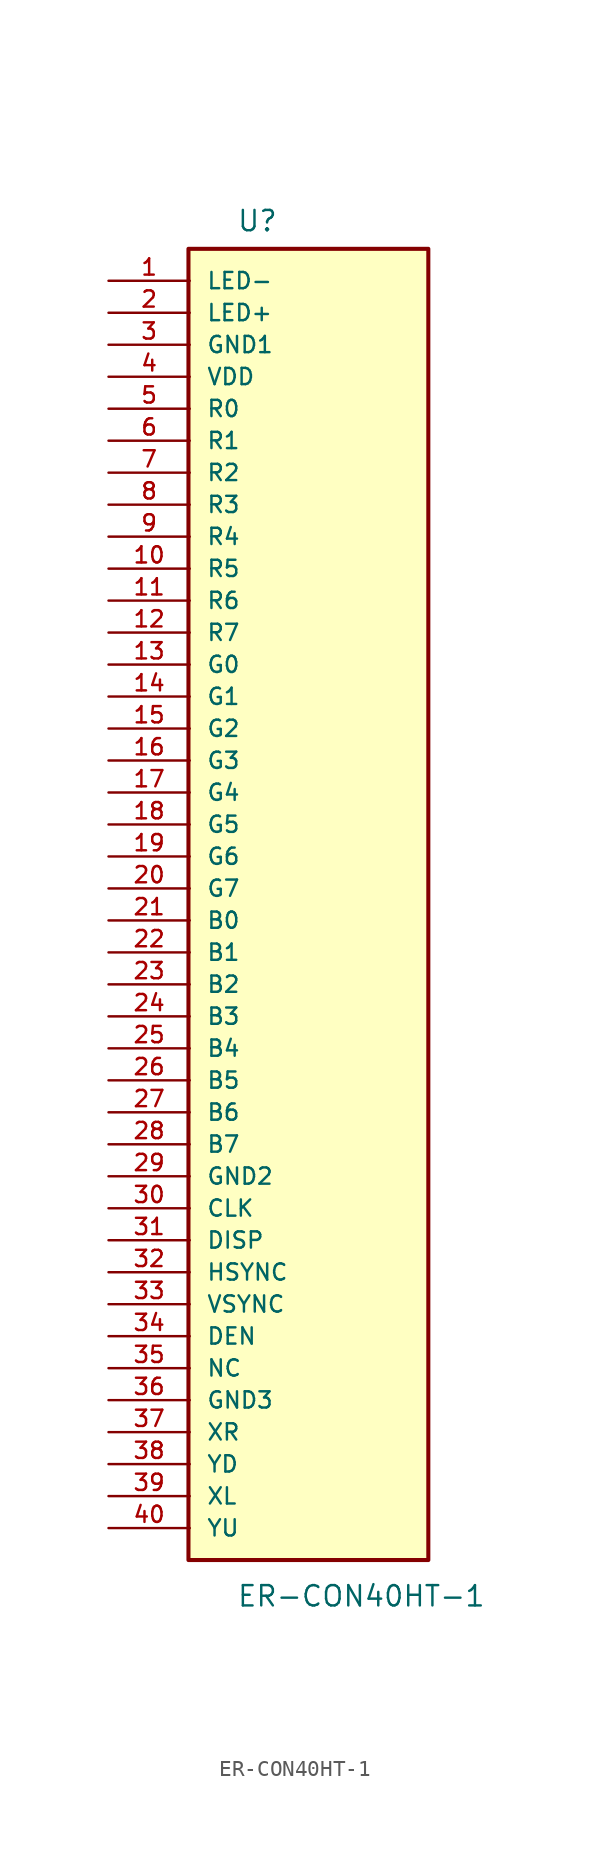
<source format=kicad_sym>
(kicad_symbol_lib
  (version 20211014)
  (generator kicad_symbol_editor)
  (symbol "ER-CON40HT-1"
    (pin_names
      (offset 1.016))
    (property "Reference" "U"
      (at 8.0 3.0 0)
      (effects (font (size 1.27 1.27)) (justify bottom left)))
    (property "Value" "ER-CON40HT-1"
      (at 8.0 -83.0 0)
      (effects (font (size 1.27 1.27)) (justify bottom left)))
    (symbol "ER-CON40HT-1_0_0"
      (rectangle (start 5.0 -80.0) (end 20.0 2.0) (stroke (width 0.254)) (fill (type background)))
      (pin bidirectional line (at 0.0 -40.0 0) (length 5.08) (name "B0" (effects (font (size 1.016 1.016)))) (number "21" (effects (font (size 1.016 1.016)))))
      (pin bidirectional line (at 0.0 -42.0 0) (length 5.08) (name "B1" (effects (font (size 1.016 1.016)))) (number "22" (effects (font (size 1.016 1.016)))))
      (pin bidirectional line (at 0.0 -44.0 0) (length 5.08) (name "B2" (effects (font (size 1.016 1.016)))) (number "23" (effects (font (size 1.016 1.016)))))
      (pin bidirectional line (at 0.0 -46.0 0) (length 5.08) (name "B3" (effects (font (size 1.016 1.016)))) (number "24" (effects (font (size 1.016 1.016)))))
      (pin bidirectional line (at 0.0 -48.0 0) (length 5.08) (name "B4" (effects (font (size 1.016 1.016)))) (number "25" (effects (font (size 1.016 1.016)))))
      (pin bidirectional line (at 0.0 -50.0 0) (length 5.08) (name "B5" (effects (font (size 1.016 1.016)))) (number "26" (effects (font (size 1.016 1.016)))))
      (pin bidirectional line (at 0.0 -52.0 0) (length 5.08) (name "B6" (effects (font (size 1.016 1.016)))) (number "27" (effects (font (size 1.016 1.016)))))
      (pin bidirectional line (at 0.0 -54.0 0) (length 5.08) (name "B7" (effects (font (size 1.016 1.016)))) (number "28" (effects (font (size 1.016 1.016)))))
      (pin bidirectional line (at 0.0 -58.0 0) (length 5.08) (name "CLK" (effects (font (size 1.016 1.016)))) (number "30" (effects (font (size 1.016 1.016)))))
      (pin bidirectional line (at 0.0 -66.0 0) (length 5.08) (name "DEN" (effects (font (size 1.016 1.016)))) (number "34" (effects (font (size 1.016 1.016)))))
      (pin bidirectional line (at 0.0 -60.0 0) (length 5.08) (name "DISP" (effects (font (size 1.016 1.016)))) (number "31" (effects (font (size 1.016 1.016)))))
      (pin bidirectional line (at 0.0 -24.0 0) (length 5.08) (name "G0" (effects (font (size 1.016 1.016)))) (number "13" (effects (font (size 1.016 1.016)))))
      (pin bidirectional line (at 0.0 -26.0 0) (length 5.08) (name "G1" (effects (font (size 1.016 1.016)))) (number "14" (effects (font (size 1.016 1.016)))))
      (pin bidirectional line (at 0.0 -28.0 0) (length 5.08) (name "G2" (effects (font (size 1.016 1.016)))) (number "15" (effects (font (size 1.016 1.016)))))
      (pin bidirectional line (at 0.0 -30.0 0) (length 5.08) (name "G3" (effects (font (size 1.016 1.016)))) (number "16" (effects (font (size 1.016 1.016)))))
      (pin bidirectional line (at 0.0 -32.0 0) (length 5.08) (name "G4" (effects (font (size 1.016 1.016)))) (number "17" (effects (font (size 1.016 1.016)))))
      (pin bidirectional line (at 0.0 -34.0 0) (length 5.08) (name "G5" (effects (font (size 1.016 1.016)))) (number "18" (effects (font (size 1.016 1.016)))))
      (pin bidirectional line (at 0.0 -36.0 0) (length 5.08) (name "G6" (effects (font (size 1.016 1.016)))) (number "19" (effects (font (size 1.016 1.016)))))
      (pin bidirectional line (at 0.0 -38.0 0) (length 5.08) (name "G7" (effects (font (size 1.016 1.016)))) (number "20" (effects (font (size 1.016 1.016)))))
      (pin bidirectional line (at 0.0 -4.0 0) (length 5.08) (name "GND1" (effects (font (size 1.016 1.016)))) (number "3" (effects (font (size 1.016 1.016)))))
      (pin bidirectional line (at 0.0 -56.0 0) (length 5.08) (name "GND2" (effects (font (size 1.016 1.016)))) (number "29" (effects (font (size 1.016 1.016)))))
      (pin bidirectional line (at 0.0 -70.0 0) (length 5.08) (name "GND3" (effects (font (size 1.016 1.016)))) (number "36" (effects (font (size 1.016 1.016)))))
      (pin bidirectional line (at 0.0 -62.0 0) (length 5.08) (name "HSYNC" (effects (font (size 1.016 1.016)))) (number "32" (effects (font (size 1.016 1.016)))))
      (pin bidirectional line (at 0.0 -2.0 0) (length 5.08) (name "LED+" (effects (font (size 1.016 1.016)))) (number "2" (effects (font (size 1.016 1.016)))))
      (pin bidirectional line (at 0.0 0.0 0) (length 5.08) (name "LED-" (effects (font (size 1.016 1.016)))) (number "1" (effects (font (size 1.016 1.016)))))
      (pin bidirectional line (at 0.0 -68.0 0) (length 5.08) (name "NC" (effects (font (size 1.016 1.016)))) (number "35" (effects (font (size 1.016 1.016)))))
      (pin bidirectional line (at 0.0 -8.0 0) (length 5.08) (name "R0" (effects (font (size 1.016 1.016)))) (number "5" (effects (font (size 1.016 1.016)))))
      (pin bidirectional line (at 0.0 -10.0 0) (length 5.08) (name "R1" (effects (font (size 1.016 1.016)))) (number "6" (effects (font (size 1.016 1.016)))))
      (pin bidirectional line (at 0.0 -12.0 0) (length 5.08) (name "R2" (effects (font (size 1.016 1.016)))) (number "7" (effects (font (size 1.016 1.016)))))
      (pin bidirectional line (at 0.0 -14.0 0) (length 5.08) (name "R3" (effects (font (size 1.016 1.016)))) (number "8" (effects (font (size 1.016 1.016)))))
      (pin bidirectional line (at 0.0 -16.0 0) (length 5.08) (name "R4" (effects (font (size 1.016 1.016)))) (number "9" (effects (font (size 1.016 1.016)))))
      (pin bidirectional line (at 0.0 -18.0 0) (length 5.08) (name "R5" (effects (font (size 1.016 1.016)))) (number "10" (effects (font (size 1.016 1.016)))))
      (pin bidirectional line (at 0.0 -20.0 0) (length 5.08) (name "R6" (effects (font (size 1.016 1.016)))) (number "11" (effects (font (size 1.016 1.016)))))
      (pin bidirectional line (at 0.0 -22.0 0) (length 5.08) (name "R7" (effects (font (size 1.016 1.016)))) (number "12" (effects (font (size 1.016 1.016)))))
      (pin bidirectional line (at 0.0 -6.0 0) (length 5.08) (name "VDD" (effects (font (size 1.016 1.016)))) (number "4" (effects (font (size 1.016 1.016)))))
      (pin bidirectional line (at 0.0 -64.0 0) (length 5.08) (name "VSYNC" (effects (font (size 1.016 1.016)))) (number "33" (effects (font (size 1.016 1.016)))))
      (pin bidirectional line (at 0.0 -76.0 0) (length 5.08) (name "XL" (effects (font (size 1.016 1.016)))) (number "39" (effects (font (size 1.016 1.016)))))
      (pin bidirectional line (at 0.0 -72.0 0) (length 5.08) (name "XR" (effects (font (size 1.016 1.016)))) (number "37" (effects (font (size 1.016 1.016)))))
      (pin bidirectional line (at 0.0 -74.0 0) (length 5.08) (name "YD" (effects (font (size 1.016 1.016)))) (number "38" (effects (font (size 1.016 1.016)))))
      (pin bidirectional line (at 0.0 -78.0 0) (length 5.08) (name "YU" (effects (font (size 1.016 1.016)))) (number "40" (effects (font (size 1.016 1.016))))))))
</source>
